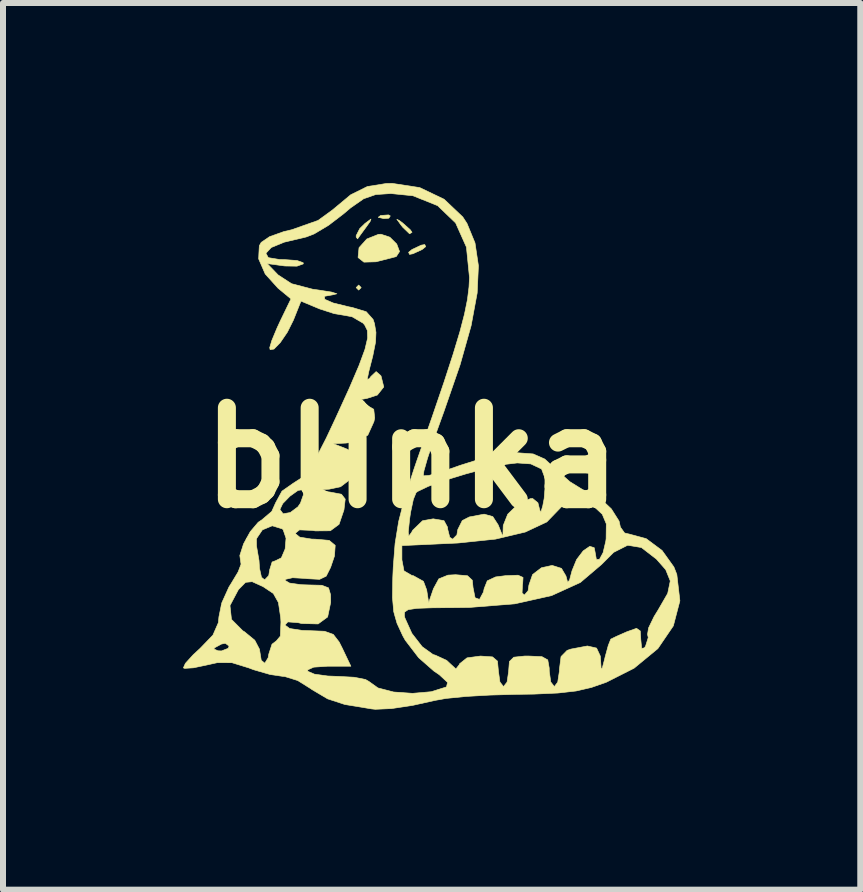
<source format=kicad_pcb>
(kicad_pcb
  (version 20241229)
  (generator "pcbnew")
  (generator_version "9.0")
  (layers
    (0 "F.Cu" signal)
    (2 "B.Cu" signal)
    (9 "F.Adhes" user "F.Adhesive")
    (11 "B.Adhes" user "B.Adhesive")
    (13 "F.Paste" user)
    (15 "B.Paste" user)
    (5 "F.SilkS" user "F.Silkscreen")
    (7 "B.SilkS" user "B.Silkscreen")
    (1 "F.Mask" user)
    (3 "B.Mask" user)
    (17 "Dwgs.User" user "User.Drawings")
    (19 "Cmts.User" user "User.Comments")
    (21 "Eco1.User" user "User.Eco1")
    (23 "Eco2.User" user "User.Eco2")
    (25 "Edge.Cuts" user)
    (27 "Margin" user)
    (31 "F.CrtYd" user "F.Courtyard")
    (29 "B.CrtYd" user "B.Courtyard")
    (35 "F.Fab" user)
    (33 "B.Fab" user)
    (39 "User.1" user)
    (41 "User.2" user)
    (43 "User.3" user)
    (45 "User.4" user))
  (footprint "blinka"
    (layer "F.Cu")
    (at 3.814 4.577)
    (property "Reference" "blinka" (at 0 0 0) (layer "F.SilkS") (effects (font (size 1.524 1.524) (thickness 0.3))))
    (attr through_hole)
    (fp_poly (pts (xy -0.847 -2.836) (xy -0.889 -2.794) (xy -0.931 -2.836) (xy -0.889 -2.879) (xy -0.847 -2.836)) (stroke (width 0.01) (type solid)) (fill yes) (layer "F.SilkS"))
    (fp_poly (pts (xy -0.362 -4.03) (xy -0.387 -3.992) (xy -0.473 -3.986) (xy -0.563 -4.007) (xy -0.524 -4.037) (xy -0.392 -4.047) (xy -0.362 -4.03)) (stroke (width 0.01) (type solid)) (fill yes) (layer "F.SilkS"))
    (fp_poly (pts (xy -0.21 -3.953) (xy -0.148 -3.905) (xy -0.031 -3.801) (xy 0 -3.757) (xy -0.041 -3.732) (xy -0.154 -3.841) (xy -0.18 -3.873) (xy -0.253 -3.974) (xy -0.21 -3.953)) (stroke (width 0.01) (type solid)) (fill yes) (layer "F.SilkS"))
    (fp_poly (pts (xy 0.227 -3.518) (xy 0.169 -3.471) (xy 0.015 -3.4) (xy -0.042 -3.389) (xy -0.057 -3.424) (xy 0 -3.471) (xy 0.154 -3.543) (xy 0.212 -3.553) (xy 0.227 -3.518)) (stroke (width 0.01) (type solid)) (fill yes) (layer "F.SilkS"))
    (fp_poly (pts (xy -0.698 -3.938) (xy -0.759 -3.852) (xy -0.863 -3.71) (xy -0.907 -3.648) (xy -0.93 -3.676) (xy -0.931 -3.701) (xy -0.871 -3.819) (xy -0.783 -3.905) (xy -0.684 -3.978) (xy -0.698 -3.938)) (stroke (width 0.01) (type solid)) (fill yes) (layer "F.SilkS"))
    (fp_poly (pts (xy -0.37 -3.676) (xy -0.255 -3.562) (xy -0.208 -3.437) (xy -0.263 -3.353) (xy -0.272 -3.35) (xy -0.6 -3.266) (xy -0.801 -3.26) (xy -0.896 -3.334) (xy -0.899 -3.34) (xy -0.883 -3.501) (xy -0.753 -3.646) (xy -0.56 -3.723) (xy -0.517 -3.725) (xy -0.37 -3.676)) (stroke (width 0.01) (type solid)) (fill yes) (layer "F.SilkS"))
    (fp_poly (pts (xy 0.128 -4.502) (xy 0.534 -4.308) (xy 0.845 -4.013) (xy 0.916 -3.904) (xy 1.049 -3.58) (xy 1.106 -3.199) (xy 1.085 -2.746) (xy 0.984 -2.201) (xy 0.8 -1.549) (xy 0.531 -0.771) (xy 0.492 -0.664) (xy 0.36 -0.298) (xy 0.258 0.006) (xy 0.198 0.217) (xy 0.187 0.3) (xy 0.281 0.293) (xy 0.488 0.235) (xy 0.766 0.138) (xy 0.793 0.128) (xy 1.145 0.017) (xy 1.499 -0.06) (xy 1.749 -0.085) (xy 2.018 -0.065) (xy 2.211 0.02) (xy 2.414 0.207) (xy 2.415 0.208) (xy 2.63 0.398) (xy 2.845 0.531) (xy 2.913 0.556) (xy 3.123 0.664) (xy 3.32 0.85) (xy 3.449 1.054) (xy 3.471 1.154) (xy 3.541 1.252) (xy 3.619 1.27) (xy 3.9 1.346) (xy 4.165 1.543) (xy 4.362 1.818) (xy 4.411 1.943) (xy 4.462 2.382) (xy 4.353 2.799) (xy 4.095 3.178) (xy 3.699 3.504) (xy 3.239 3.737) (xy 2.988 3.825) (xy 2.733 3.884) (xy 2.43 3.918) (xy 2.03 3.936) (xy 1.736 3.94) (xy 1.301 3.952) (xy 0.895 3.975) (xy 0.566 4.008) (xy 0.381 4.041) (xy 0.009 4.124) (xy -0.342 4.177) (xy -0.612 4.189) (xy -0.677 4.182) (xy -0.843 4.154) (xy -1.082 4.115) (xy -1.119 4.109) (xy -1.406 4.015) (xy -1.671 3.858) (xy -1.682 3.849) (xy -1.904 3.71) (xy -2.123 3.642) (xy -2.148 3.641) (xy -2.365 3.609) (xy -2.638 3.53) (xy -2.72 3.499) (xy -2.999 3.413) (xy -3.244 3.412) (xy -3.42 3.451) (xy -3.642 3.498) (xy -3.788 3.507) (xy -3.809 3.499) (xy -3.776 3.424) (xy -3.645 3.28) (xy -3.541 3.184) (xy -3.302 3.184) (xy -3.233 3.214) (xy -3.175 3.217) (xy -3.062 3.173) (xy -3.048 3.135) (xy -3.11 3.089) (xy -3.175 3.102) (xy -3.286 3.162) (xy -3.302 3.184) (xy -3.541 3.184) (xy -3.535 3.179) (xy -3.317 2.953) (xy -3.226 2.745) (xy -3.217 2.649) (xy -3.179 2.461) (xy -3.033 2.461) (xy -3.008 2.691) (xy -2.819 2.881) (xy -2.793 2.896) (xy -2.62 3.038) (xy -2.541 3.189) (xy -2.54 3.199) (xy -2.512 3.372) (xy -2.453 3.421) (xy -2.397 3.33) (xy -2.386 3.268) (xy -2.333 3.105) (xy -2.259 3.048) (xy -2.194 2.97) (xy -2.184 2.735) (xy -2.188 2.665) (xy -2.226 2.41) (xy -2.31 2.26) (xy -2.479 2.147) (xy -2.48 2.146) (xy -2.663 2.063) (xy -2.773 2.074) (xy -2.884 2.187) (xy -2.895 2.2) (xy -3.033 2.461) (xy -3.179 2.461) (xy -3.169 2.415) (xy -3.05 2.152) (xy -3.013 2.093) (xy -2.897 1.9) (xy -2.848 1.771) (xy -2.852 1.748) (xy -2.869 1.627) (xy -2.807 1.434) (xy -2.76 1.347) (xy -2.592 1.347) (xy -2.591 1.468) (xy -2.549 1.712) (xy -2.541 1.841) (xy -2.508 1.99) (xy -2.455 2.032) (xy -2.387 1.961) (xy -2.371 1.863) (xy -2.331 1.735) (xy -2.274 1.714) (xy -2.177 1.666) (xy -2.114 1.518) (xy -2.099 1.339) (xy -2.147 1.198) (xy -2.162 1.183) (xy -2.329 1.132) (xy -2.493 1.2) (xy -2.592 1.347) (xy -2.76 1.347) (xy -2.695 1.23) (xy -2.562 1.073) (xy -2.502 1.033) (xy -2.337 0.893) (xy -2.322 0.86) (xy -2.201 0.86) (xy -2.148 0.932) (xy -2.028 0.911) (xy -1.901 0.816) (xy -1.859 0.755) (xy -1.804 0.6) (xy -1.813 0.529) (xy -1.9 0.543) (xy -2.033 0.638) (xy -2.154 0.762) (xy -2.201 0.86) (xy -2.322 0.86) (xy -2.271 0.746) (xy -2.167 0.555) (xy -1.979 0.423) (xy -1.851 0.341) (xy -1.728 0.206) (xy -1.594 -0.008) (xy -1.428 -0.331) (xy -1.274 -0.659) (xy -1.044 -1.163) (xy -0.883 -1.539) (xy -0.784 -1.808) (xy -0.74 -1.995) (xy -0.744 -2.122) (xy -0.789 -2.213) (xy -0.816 -2.244) (xy -0.998 -2.35) (xy -1.109 -2.371) (xy -1.299 -2.403) (xy -1.539 -2.481) (xy -1.563 -2.491) (xy -1.85 -2.611) (xy -1.976 -2.295) (xy -2.077 -2.093) (xy -2.195 -1.92) (xy -2.3 -1.812) (xy -2.364 -1.802) (xy -2.371 -1.836) (xy -2.336 -1.954) (xy -2.249 -2.163) (xy -2.194 -2.282) (xy -2.017 -2.648) (xy -2.233 -2.827) (xy -2.446 -3.063) (xy -2.555 -3.314) (xy -2.551 -3.408) (xy -2.434 -3.408) (xy -2.395 -3.335) (xy -2.207 -3.304) (xy -2.119 -3.302) (xy -1.914 -3.287) (xy -1.813 -3.25) (xy -1.812 -3.231) (xy -1.917 -3.193) (xy -2.114 -3.196) (xy -2.134 -3.198) (xy -2.413 -3.236) (xy -2.231 -3.047) (xy -2.007 -2.901) (xy -1.655 -2.809) (xy -1.554 -2.795) (xy -1.338 -2.761) (xy -1.252 -2.733) (xy -1.312 -2.718) (xy -1.459 -2.691) (xy -1.454 -2.641) (xy -1.314 -2.58) (xy -1.053 -2.516) (xy -0.996 -2.505) (xy -0.763 -2.434) (xy -0.649 -2.306) (xy -0.626 -2.238) (xy -0.601 -2.09) (xy -0.608 -1.927) (xy -0.654 -1.697) (xy -0.72 -1.439) (xy -0.747 -1.306) (xy -0.713 -1.318) (xy -0.685 -1.355) (xy -0.598 -1.437) (xy -0.522 -1.371) (xy -0.516 -1.362) (xy -0.471 -1.181) (xy -0.578 -1.046) (xy -0.748 -0.991) (xy -0.903 -0.962) (xy -0.899 -0.933) (xy -0.777 -0.889) (xy -0.638 -0.809) (xy -0.622 -0.665) (xy -0.635 -0.603) (xy -0.737 -0.378) (xy -0.923 -0.269) (xy -1.101 -0.246) (xy -1.312 -0.236) (xy -1.079 -0.144) (xy -0.897 -0.039) (xy -0.861 0.096) (xy -0.964 0.299) (xy -0.978 0.32) (xy -1.191 0.482) (xy -1.381 0.522) (xy -1.651 0.535) (xy -1.366 0.57) (xy -1.176 0.606) (xy -1.113 0.687) (xy -1.134 0.866) (xy -1.135 0.87) (xy -1.216 1.108) (xy -1.361 1.215) (xy -1.611 1.217) (xy -1.665 1.209) (xy -1.875 1.2) (xy -1.947 1.259) (xy -1.871 1.321) (xy -1.674 1.353) (xy -1.609 1.355) (xy -1.38 1.375) (xy -1.28 1.458) (xy -1.292 1.635) (xy -1.357 1.826) (xy -1.43 1.971) (xy -1.54 2.024) (xy -1.747 2.013) (xy -1.78 2.009) (xy -1.99 1.997) (xy -2.108 2.024) (xy -2.117 2.04) (xy -2.041 2.086) (xy -1.849 2.113) (xy -1.736 2.117) (xy -1.502 2.123) (xy -1.391 2.166) (xy -1.357 2.28) (xy -1.355 2.407) (xy -1.406 2.651) (xy -1.565 2.767) (xy -1.838 2.76) (xy -1.898 2.746) (xy -2.069 2.733) (xy -2.117 2.785) (xy -2.039 2.843) (xy -1.83 2.875) (xy -1.709 2.879) (xy -1.457 2.889) (xy -1.312 2.941) (xy -1.214 3.068) (xy -1.16 3.175) (xy -1.019 3.471) (xy -1.403 3.471) (xy -1.638 3.487) (xy -1.738 3.532) (xy -1.736 3.556) (xy -1.628 3.603) (xy -1.408 3.634) (xy -1.228 3.641) (xy -0.964 3.655) (xy -0.776 3.692) (xy -0.72 3.724) (xy -0.568 3.833) (xy -0.306 3.901) (xy 0.009 3.923) (xy 0.32 3.896) (xy 0.574 3.816) (xy 0.574 3.815) (xy 0.592 3.741) (xy 0.454 3.613) (xy 0.363 3.551) (xy 0.11 3.329) (xy -0.113 3.038) (xy -0.155 2.963) (xy -0.25 2.757) (xy -0.286 2.632) (xy -0.128 2.632) (xy -0.119 2.667) (xy -0.003 2.924) (xy 0.169 3.146) (xy 0.35 3.276) (xy 0.39 3.288) (xy 0.577 3.374) (xy 0.646 3.439) (xy 0.731 3.517) (xy 0.786 3.447) (xy 0.792 3.431) (xy 0.916 3.332) (xy 1.14 3.302) (xy 1.341 3.316) (xy 1.423 3.386) (xy 1.439 3.556) (xy 1.464 3.734) (xy 1.523 3.81) (xy 1.524 3.81) (xy 1.583 3.736) (xy 1.609 3.559) (xy 1.609 3.556) (xy 1.622 3.393) (xy 1.695 3.321) (xy 1.875 3.302) (xy 1.947 3.302) (xy 2.164 3.312) (xy 2.261 3.366) (xy 2.285 3.501) (xy 2.286 3.556) (xy 2.311 3.734) (xy 2.37 3.81) (xy 2.371 3.81) (xy 2.427 3.736) (xy 2.455 3.554) (xy 2.455 3.524) (xy 2.482 3.311) (xy 2.583 3.208) (xy 2.646 3.186) (xy 2.921 3.134) (xy 3.074 3.169) (xy 3.136 3.302) (xy 3.141 3.365) (xy 3.15 3.509) (xy 3.169 3.503) (xy 3.211 3.341) (xy 3.216 3.319) (xy 3.269 3.125) (xy 3.31 3.022) (xy 3.313 3.019) (xy 3.405 2.974) (xy 3.577 2.898) (xy 3.74 2.84) (xy 3.802 2.884) (xy 3.811 3.029) (xy 3.825 3.174) (xy 3.87 3.166) (xy 3.89 3.137) (xy 3.935 2.993) (xy 3.923 2.941) (xy 3.94 2.834) (xy 4.032 2.644) (xy 4.098 2.537) (xy 4.259 2.258) (xy 4.302 2.051) (xy 4.226 1.863) (xy 4.071 1.687) (xy 3.821 1.494) (xy 3.592 1.456) (xy 3.359 1.574) (xy 3.156 1.777) (xy 2.803 2.077) (xy 2.324 2.295) (xy 1.712 2.432) (xy 0.958 2.492) (xy 0.742 2.495) (xy 0.341 2.498) (xy 0.082 2.507) (xy -0.064 2.529) (xy -0.124 2.569) (xy -0.128 2.632) (xy -0.286 2.632) (xy -0.305 2.563) (xy -0.326 2.327) (xy -0.321 1.998) (xy -0.313 1.82) (xy -0.285 1.462) (xy -0.169 1.462) (xy -0.169 1.699) (xy -0.134 1.883) (xy -0.003 1.959) (xy 0.021 1.963) (xy 0.19 2.057) (xy 0.244 2.201) (xy 0.277 2.413) (xy 0.357 2.18) (xy 0.446 2.016) (xy 0.598 1.954) (xy 0.727 1.947) (xy 0.924 1.964) (xy 1.004 2.039) (xy 1.016 2.159) (xy 1.05 2.331) (xy 1.124 2.358) (xy 1.19 2.235) (xy 1.201 2.18) (xy 1.253 2.049) (xy 1.392 1.984) (xy 1.557 1.963) (xy 1.766 1.955) (xy 1.849 1.992) (xy 1.843 2.096) (xy 1.84 2.111) (xy 1.833 2.249) (xy 1.871 2.286) (xy 1.933 2.215) (xy 1.947 2.12) (xy 2.008 1.944) (xy 2.156 1.831) (xy 2.334 1.792) (xy 2.489 1.841) (xy 2.564 1.968) (xy 2.592 2.073) (xy 2.624 2.036) (xy 2.665 1.881) (xy 2.741 1.695) (xy 2.851 1.55) (xy 2.961 1.474) (xy 3.035 1.497) (xy 3.048 1.563) (xy 3.071 1.694) (xy 3.123 1.69) (xy 3.183 1.579) (xy 3.228 1.387) (xy 3.233 1.347) (xy 3.236 1.099) (xy 3.169 0.94) (xy 3.061 0.839) (xy 2.803 0.698) (xy 2.591 0.711) (xy 2.451 0.855) (xy 2.245 1.068) (xy 1.887 1.236) (xy 1.39 1.354) (xy 0.764 1.419) (xy 0.699 1.422) (xy -0.169 1.462) (xy -0.285 1.462) (xy -0.282 1.425) (xy -0.251 1.234) (xy -0.063 1.234) (xy -0.055 1.304) (xy -0.009 1.244) (xy 0.011 1.206) (xy 0.175 1.048) (xy 0.352 1.016) (xy 0.532 1.046) (xy 0.591 1.155) (xy 0.593 1.185) (xy 0.628 1.323) (xy 0.677 1.355) (xy 0.747 1.284) (xy 0.762 1.195) (xy 0.837 1.045) (xy 0.953 0.985) (xy 1.201 0.938) (xy 1.345 0.978) (xy 1.435 1.117) (xy 1.437 1.122) (xy 1.513 1.312) (xy 1.519 1.127) (xy 1.594 0.939) (xy 1.767 0.77) (xy 1.97 0.68) (xy 2.009 0.677) (xy 2.097 0.749) (xy 2.127 0.868) (xy 2.145 0.908) (xy 2.177 0.803) (xy 2.201 0.677) (xy 2.226 0.369) (xy 2.158 0.186) (xy 1.978 0.101) (xy 1.753 0.085) (xy 1.542 0.11) (xy 1.24 0.176) (xy 0.895 0.268) (xy 0.557 0.372) (xy 0.273 0.474) (xy 0.093 0.56) (xy 0.068 0.579) (xy 0.022 0.691) (xy -0.024 0.907) (xy -0.04 1.016) (xy -0.063 1.234) (xy -0.251 1.234) (xy -0.223 1.061) (xy -0.124 0.672) (xy 0.028 0.2) (xy 0.082 0.042) (xy 0.334 -0.679) (xy 0.533 -1.262) (xy 0.685 -1.729) (xy 0.797 -2.1) (xy 0.874 -2.395) (xy 0.923 -2.637) (xy 0.949 -2.846) (xy 0.957 -3.003) (xy 0.906 -3.51) (xy 0.726 -3.913) (xy 0.426 -4.201) (xy 0.015 -4.366) (xy -0.353 -4.403) (xy -0.605 -4.386) (xy -0.806 -4.316) (xy -1.024 -4.164) (xy -1.142 -4.064) (xy -1.392 -3.873) (xy -1.63 -3.731) (xy -1.761 -3.68) (xy -2.128 -3.593) (xy -2.345 -3.504) (xy -2.434 -3.408) (xy -2.551 -3.408) (xy -2.544 -3.533) (xy -2.513 -3.589) (xy -2.374 -3.684) (xy -2.136 -3.769) (xy -2.004 -3.8) (xy -1.565 -3.955) (xy -1.326 -4.129) (xy -1.022 -4.382) (xy -0.744 -4.52) (xy -0.431 -4.57) (xy -0.329 -4.572) (xy 0.128 -4.502)) (stroke (width 0.01) (type solid)) (fill yes) (layer "F.SilkS")))
  (gr_rect
    (start -3 -3)
    (end 11.281 11.771)
    (stroke (width 0.1) (type default))
    (fill no)
    (layer "Edge.Cuts")))
</source>
